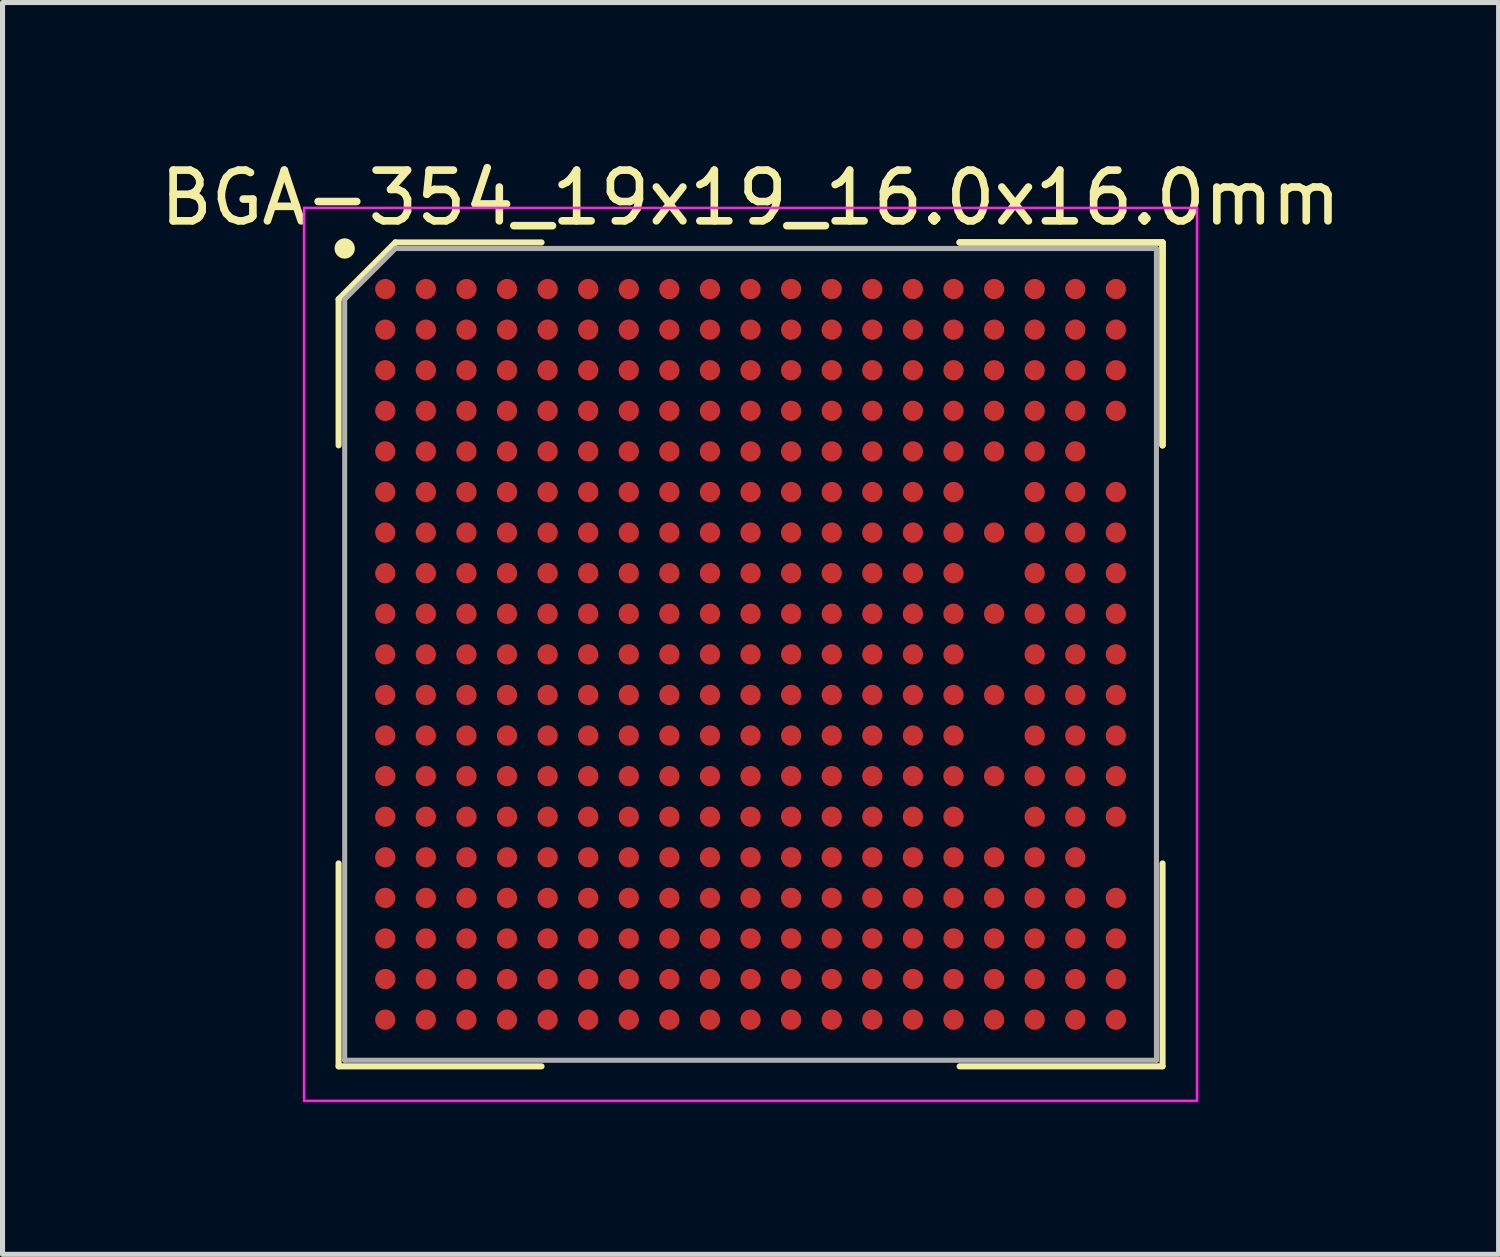
<source format=kicad_pcb>
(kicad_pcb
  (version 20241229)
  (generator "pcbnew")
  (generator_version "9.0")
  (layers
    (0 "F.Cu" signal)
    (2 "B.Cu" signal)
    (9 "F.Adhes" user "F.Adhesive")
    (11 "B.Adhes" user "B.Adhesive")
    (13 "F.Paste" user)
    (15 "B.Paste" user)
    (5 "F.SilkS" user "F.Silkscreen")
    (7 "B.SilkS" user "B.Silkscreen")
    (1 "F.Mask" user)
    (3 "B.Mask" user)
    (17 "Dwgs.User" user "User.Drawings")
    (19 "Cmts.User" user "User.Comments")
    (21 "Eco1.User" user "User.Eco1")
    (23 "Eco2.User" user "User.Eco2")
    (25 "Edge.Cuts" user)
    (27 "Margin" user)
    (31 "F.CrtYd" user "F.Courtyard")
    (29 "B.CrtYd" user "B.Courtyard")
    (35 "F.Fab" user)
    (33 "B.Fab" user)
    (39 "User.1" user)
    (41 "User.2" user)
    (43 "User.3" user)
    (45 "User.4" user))
  (footprint "BGA-354_19x19_16.0x16.0mm"
    (layer "F.Cu")
    (at 11.744 9.848)
    (property "Reference" "BGA-354_19x19_16.0x16.0mm" (at 0 -9 0) (layer "F.SilkS") (effects (font (size 1 1) (thickness 0.15))))
    (attr smd)
    (fp_line (start -8.12 -7) (end -8.12 -4.12) (stroke (width 0.12) (type solid)) (layer "F.SilkS"))
    (fp_line (start -8.12 8.12) (end -8.12 4.12) (stroke (width 0.12) (type solid)) (layer "F.SilkS"))
    (fp_line (start -7 -8.12) (end -8.12 -7) (stroke (width 0.12) (type solid)) (layer "F.SilkS"))
    (fp_line (start -4.12 -8.12) (end -7 -8.12) (stroke (width 0.12) (type solid)) (layer "F.SilkS"))
    (fp_line (start -4.12 8.12) (end -8.12 8.12) (stroke (width 0.12) (type solid)) (layer "F.SilkS"))
    (fp_line (start 4.12 -8.12) (end 8.12 -8.12) (stroke (width 0.12) (type solid)) (layer "F.SilkS"))
    (fp_line (start 4.12 -8.12) (end 8.12 -8.12) (stroke (width 0.12) (type solid)) (layer "F.SilkS"))
    (fp_line (start 4.12 -8.12) (end 8.12 -8.12) (stroke (width 0.12) (type solid)) (layer "F.SilkS"))
    (fp_line (start 4.12 8.12) (end 8.12 8.12) (stroke (width 0.12) (type solid)) (layer "F.SilkS"))
    (fp_line (start 8.12 -8.12) (end 8.12 -4.12) (stroke (width 0.12) (type solid)) (layer "F.SilkS"))
    (fp_line (start 8.12 -8.12) (end 8.12 -4.12) (stroke (width 0.12) (type solid)) (layer "F.SilkS"))
    (fp_line (start 8.12 -8.12) (end 8.12 -4.12) (stroke (width 0.12) (type solid)) (layer "F.SilkS"))
    (fp_line (start 8.12 8.12) (end 8.12 4.12) (stroke (width 0.12) (type solid)) (layer "F.SilkS"))
    (fp_circle (center -8 -8) (end -8 -7.9) (stroke (width 0.2) (type solid)) (fill no) (layer "F.SilkS"))
    (fp_line (start -8.8 -8.8) (end 8.8 -8.8) (stroke (width 0.05) (type solid)) (layer "F.CrtYd"))
    (fp_line (start -8.8 8.8) (end -8.8 -8.8) (stroke (width 0.05) (type solid)) (layer "F.CrtYd"))
    (fp_line (start 8.8 -8.8) (end 8.8 8.8) (stroke (width 0.05) (type solid)) (layer "F.CrtYd"))
    (fp_line (start 8.8 8.8) (end -8.8 8.8) (stroke (width 0.05) (type solid)) (layer "F.CrtYd"))
    (fp_line (start -8 -7) (end -8 8) (stroke (width 0.1) (type solid)) (layer "F.Fab"))
    (fp_line (start -8 8) (end 8 8) (stroke (width 0.1) (type solid)) (layer "F.Fab"))
    (fp_line (start -7 -8) (end -8 -7) (stroke (width 0.1) (type solid)) (layer "F.Fab"))
    (fp_line (start 8 -8) (end -7 -8) (stroke (width 0.1) (type solid)) (layer "F.Fab"))
    (fp_line (start 8 8) (end 8 -8) (stroke (width 0.1) (type solid)) (layer "F.Fab"))
    (pad "A1" smd circle (at -7.2 -7.2) (size 0.4 0.4) (layers "F.Cu" "F.Mask" "F.Paste"))
    (pad "A2" smd circle (at -6.4 -7.2) (size 0.4 0.4) (layers "F.Cu" "F.Mask" "F.Paste"))
    (pad "A3" smd circle (at -5.6 -7.2) (size 0.4 0.4) (layers "F.Cu" "F.Mask" "F.Paste"))
    (pad "A4" smd circle (at -4.8 -7.2) (size 0.4 0.4) (layers "F.Cu" "F.Mask" "F.Paste"))
    (pad "A5" smd circle (at -4 -7.2) (size 0.4 0.4) (layers "F.Cu" "F.Mask" "F.Paste"))
    (pad "A6" smd circle (at -3.2 -7.2) (size 0.4 0.4) (layers "F.Cu" "F.Mask" "F.Paste"))
    (pad "A7" smd circle (at -2.4 -7.2) (size 0.4 0.4) (layers "F.Cu" "F.Mask" "F.Paste"))
    (pad "A8" smd circle (at -1.6 -7.2) (size 0.4 0.4) (layers "F.Cu" "F.Mask" "F.Paste"))
    (pad "A9" smd circle (at -0.8 -7.2) (size 0.4 0.4) (layers "F.Cu" "F.Mask" "F.Paste"))
    (pad "A10" smd circle (at 0 -7.2) (size 0.4 0.4) (layers "F.Cu" "F.Mask" "F.Paste"))
    (pad "A11" smd circle (at 0.8 -7.2) (size 0.4 0.4) (layers "F.Cu" "F.Mask" "F.Paste"))
    (pad "A12" smd circle (at 1.6 -7.2) (size 0.4 0.4) (layers "F.Cu" "F.Mask" "F.Paste"))
    (pad "A13" smd circle (at 2.4 -7.2) (size 0.4 0.4) (layers "F.Cu" "F.Mask" "F.Paste"))
    (pad "A14" smd circle (at 3.2 -7.2) (size 0.4 0.4) (layers "F.Cu" "F.Mask" "F.Paste"))
    (pad "A15" smd circle (at 4 -7.2) (size 0.4 0.4) (layers "F.Cu" "F.Mask" "F.Paste"))
    (pad "A16" smd circle (at 4.8 -7.2) (size 0.4 0.4) (layers "F.Cu" "F.Mask" "F.Paste"))
    (pad "A17" smd circle (at 5.6 -7.2) (size 0.4 0.4) (layers "F.Cu" "F.Mask" "F.Paste"))
    (pad "A18" smd circle (at 6.4 -7.2) (size 0.4 0.4) (layers "F.Cu" "F.Mask" "F.Paste"))
    (pad "A19" smd circle (at 7.2 -7.2) (size 0.4 0.4) (layers "F.Cu" "F.Mask" "F.Paste"))
    (pad "B1" smd circle (at -7.2 -6.4) (size 0.4 0.4) (layers "F.Cu" "F.Mask" "F.Paste"))
    (pad "B2" smd circle (at -6.4 -6.4) (size 0.4 0.4) (layers "F.Cu" "F.Mask" "F.Paste"))
    (pad "B3" smd circle (at -5.6 -6.4) (size 0.4 0.4) (layers "F.Cu" "F.Mask" "F.Paste"))
    (pad "B4" smd circle (at -4.8 -6.4) (size 0.4 0.4) (layers "F.Cu" "F.Mask" "F.Paste"))
    (pad "B5" smd circle (at -4 -6.4) (size 0.4 0.4) (layers "F.Cu" "F.Mask" "F.Paste"))
    (pad "B6" smd circle (at -3.2 -6.4) (size 0.4 0.4) (layers "F.Cu" "F.Mask" "F.Paste"))
    (pad "B7" smd circle (at -2.4 -6.4) (size 0.4 0.4) (layers "F.Cu" "F.Mask" "F.Paste"))
    (pad "B8" smd circle (at -1.6 -6.4) (size 0.4 0.4) (layers "F.Cu" "F.Mask" "F.Paste"))
    (pad "B9" smd circle (at -0.8 -6.4) (size 0.4 0.4) (layers "F.Cu" "F.Mask" "F.Paste"))
    (pad "B10" smd circle (at 0 -6.4) (size 0.4 0.4) (layers "F.Cu" "F.Mask" "F.Paste"))
    (pad "B11" smd circle (at 0.8 -6.4) (size 0.4 0.4) (layers "F.Cu" "F.Mask" "F.Paste"))
    (pad "B12" smd circle (at 1.6 -6.4) (size 0.4 0.4) (layers "F.Cu" "F.Mask" "F.Paste"))
    (pad "B13" smd circle (at 2.4 -6.4) (size 0.4 0.4) (layers "F.Cu" "F.Mask" "F.Paste"))
    (pad "B14" smd circle (at 3.2 -6.4) (size 0.4 0.4) (layers "F.Cu" "F.Mask" "F.Paste"))
    (pad "B15" smd circle (at 4 -6.4) (size 0.4 0.4) (layers "F.Cu" "F.Mask" "F.Paste"))
    (pad "B16" smd circle (at 4.8 -6.4) (size 0.4 0.4) (layers "F.Cu" "F.Mask" "F.Paste"))
    (pad "B17" smd circle (at 5.6 -6.4) (size 0.4 0.4) (layers "F.Cu" "F.Mask" "F.Paste"))
    (pad "B18" smd circle (at 6.4 -6.4) (size 0.4 0.4) (layers "F.Cu" "F.Mask" "F.Paste"))
    (pad "B19" smd circle (at 7.2 -6.4) (size 0.4 0.4) (layers "F.Cu" "F.Mask" "F.Paste"))
    (pad "C1" smd circle (at -7.2 -5.6) (size 0.4 0.4) (layers "F.Cu" "F.Mask" "F.Paste"))
    (pad "C2" smd circle (at -6.4 -5.6) (size 0.4 0.4) (layers "F.Cu" "F.Mask" "F.Paste"))
    (pad "C3" smd circle (at -5.6 -5.6) (size 0.4 0.4) (layers "F.Cu" "F.Mask" "F.Paste"))
    (pad "C4" smd circle (at -4.8 -5.6) (size 0.4 0.4) (layers "F.Cu" "F.Mask" "F.Paste"))
    (pad "C5" smd circle (at -4 -5.6) (size 0.4 0.4) (layers "F.Cu" "F.Mask" "F.Paste"))
    (pad "C6" smd circle (at -3.2 -5.6) (size 0.4 0.4) (layers "F.Cu" "F.Mask" "F.Paste"))
    (pad "C7" smd circle (at -2.4 -5.6) (size 0.4 0.4) (layers "F.Cu" "F.Mask" "F.Paste"))
    (pad "C8" smd circle (at -1.6 -5.6) (size 0.4 0.4) (layers "F.Cu" "F.Mask" "F.Paste"))
    (pad "C9" smd circle (at -0.8 -5.6) (size 0.4 0.4) (layers "F.Cu" "F.Mask" "F.Paste"))
    (pad "C10" smd circle (at 0 -5.6) (size 0.4 0.4) (layers "F.Cu" "F.Mask" "F.Paste"))
    (pad "C11" smd circle (at 0.8 -5.6) (size 0.4 0.4) (layers "F.Cu" "F.Mask" "F.Paste"))
    (pad "C12" smd circle (at 1.6 -5.6) (size 0.4 0.4) (layers "F.Cu" "F.Mask" "F.Paste"))
    (pad "C13" smd circle (at 2.4 -5.6) (size 0.4 0.4) (layers "F.Cu" "F.Mask" "F.Paste"))
    (pad "C14" smd circle (at 3.2 -5.6) (size 0.4 0.4) (layers "F.Cu" "F.Mask" "F.Paste"))
    (pad "C15" smd circle (at 4 -5.6) (size 0.4 0.4) (layers "F.Cu" "F.Mask" "F.Paste"))
    (pad "C16" smd circle (at 4.8 -5.6) (size 0.4 0.4) (layers "F.Cu" "F.Mask" "F.Paste"))
    (pad "C17" smd circle (at 5.6 -5.6) (size 0.4 0.4) (layers "F.Cu" "F.Mask" "F.Paste"))
    (pad "C18" smd circle (at 6.4 -5.6) (size 0.4 0.4) (layers "F.Cu" "F.Mask" "F.Paste"))
    (pad "C19" smd circle (at 7.2 -5.6) (size 0.4 0.4) (layers "F.Cu" "F.Mask" "F.Paste"))
    (pad "D1" smd circle (at -7.2 -4.8) (size 0.4 0.4) (layers "F.Cu" "F.Mask" "F.Paste"))
    (pad "D2" smd circle (at -6.4 -4.8) (size 0.4 0.4) (layers "F.Cu" "F.Mask" "F.Paste"))
    (pad "D3" smd circle (at -5.6 -4.8) (size 0.4 0.4) (layers "F.Cu" "F.Mask" "F.Paste"))
    (pad "D4" smd circle (at -4.8 -4.8) (size 0.4 0.4) (layers "F.Cu" "F.Mask" "F.Paste"))
    (pad "D5" smd circle (at -4 -4.8) (size 0.4 0.4) (layers "F.Cu" "F.Mask" "F.Paste"))
    (pad "D6" smd circle (at -3.2 -4.8) (size 0.4 0.4) (layers "F.Cu" "F.Mask" "F.Paste"))
    (pad "D7" smd circle (at -2.4 -4.8) (size 0.4 0.4) (layers "F.Cu" "F.Mask" "F.Paste"))
    (pad "D8" smd circle (at -1.6 -4.8) (size 0.4 0.4) (layers "F.Cu" "F.Mask" "F.Paste"))
    (pad "D9" smd circle (at -0.8 -4.8) (size 0.4 0.4) (layers "F.Cu" "F.Mask" "F.Paste"))
    (pad "D10" smd circle (at 0 -4.8) (size 0.4 0.4) (layers "F.Cu" "F.Mask" "F.Paste"))
    (pad "D11" smd circle (at 0.8 -4.8) (size 0.4 0.4) (layers "F.Cu" "F.Mask" "F.Paste"))
    (pad "D12" smd circle (at 1.6 -4.8) (size 0.4 0.4) (layers "F.Cu" "F.Mask" "F.Paste"))
    (pad "D13" smd circle (at 2.4 -4.8) (size 0.4 0.4) (layers "F.Cu" "F.Mask" "F.Paste"))
    (pad "D14" smd circle (at 3.2 -4.8) (size 0.4 0.4) (layers "F.Cu" "F.Mask" "F.Paste"))
    (pad "D15" smd circle (at 4 -4.8) (size 0.4 0.4) (layers "F.Cu" "F.Mask" "F.Paste"))
    (pad "D16" smd circle (at 4.8 -4.8) (size 0.4 0.4) (layers "F.Cu" "F.Mask" "F.Paste"))
    (pad "D17" smd circle (at 5.6 -4.8) (size 0.4 0.4) (layers "F.Cu" "F.Mask" "F.Paste"))
    (pad "D18" smd circle (at 6.4 -4.8) (size 0.4 0.4) (layers "F.Cu" "F.Mask" "F.Paste"))
    (pad "D19" smd circle (at 7.2 -4.8) (size 0.4 0.4) (layers "F.Cu" "F.Mask" "F.Paste"))
    (pad "E1" smd circle (at -7.2 -4) (size 0.4 0.4) (layers "F.Cu" "F.Mask" "F.Paste"))
    (pad "E2" smd circle (at -6.4 -4) (size 0.4 0.4) (layers "F.Cu" "F.Mask" "F.Paste"))
    (pad "E3" smd circle (at -5.6 -4) (size 0.4 0.4) (layers "F.Cu" "F.Mask" "F.Paste"))
    (pad "E4" smd circle (at -4.8 -4) (size 0.4 0.4) (layers "F.Cu" "F.Mask" "F.Paste"))
    (pad "E5" smd circle (at -4 -4) (size 0.4 0.4) (layers "F.Cu" "F.Mask" "F.Paste"))
    (pad "E6" smd circle (at -3.2 -4) (size 0.4 0.4) (layers "F.Cu" "F.Mask" "F.Paste"))
    (pad "E7" smd circle (at -2.4 -4) (size 0.4 0.4) (layers "F.Cu" "F.Mask" "F.Paste"))
    (pad "E8" smd circle (at -1.6 -4) (size 0.4 0.4) (layers "F.Cu" "F.Mask" "F.Paste"))
    (pad "E9" smd circle (at -0.8 -4) (size 0.4 0.4) (layers "F.Cu" "F.Mask" "F.Paste"))
    (pad "E10" smd circle (at 0 -4) (size 0.4 0.4) (layers "F.Cu" "F.Mask" "F.Paste"))
    (pad "E11" smd circle (at 0.8 -4) (size 0.4 0.4) (layers "F.Cu" "F.Mask" "F.Paste"))
    (pad "E12" smd circle (at 1.6 -4) (size 0.4 0.4) (layers "F.Cu" "F.Mask" "F.Paste"))
    (pad "E13" smd circle (at 2.4 -4) (size 0.4 0.4) (layers "F.Cu" "F.Mask" "F.Paste"))
    (pad "E14" smd circle (at 3.2 -4) (size 0.4 0.4) (layers "F.Cu" "F.Mask" "F.Paste"))
    (pad "E15" smd circle (at 4 -4) (size 0.4 0.4) (layers "F.Cu" "F.Mask" "F.Paste"))
    (pad "E16" smd circle (at 4.8 -4) (size 0.4 0.4) (layers "F.Cu" "F.Mask" "F.Paste"))
    (pad "E17" smd circle (at 5.6 -4) (size 0.4 0.4) (layers "F.Cu" "F.Mask" "F.Paste"))
    (pad "E18" smd circle (at 6.4 -4) (size 0.4 0.4) (layers "F.Cu" "F.Mask" "F.Paste"))
    (pad "F1" smd circle (at -7.2 -3.2) (size 0.4 0.4) (layers "F.Cu" "F.Mask" "F.Paste"))
    (pad "F2" smd circle (at -6.4 -3.2) (size 0.4 0.4) (layers "F.Cu" "F.Mask" "F.Paste"))
    (pad "F3" smd circle (at -5.6 -3.2) (size 0.4 0.4) (layers "F.Cu" "F.Mask" "F.Paste"))
    (pad "F4" smd circle (at -4.8 -3.2) (size 0.4 0.4) (layers "F.Cu" "F.Mask" "F.Paste"))
    (pad "F5" smd circle (at -4 -3.2) (size 0.4 0.4) (layers "F.Cu" "F.Mask" "F.Paste"))
    (pad "F6" smd circle (at -3.2 -3.2) (size 0.4 0.4) (layers "F.Cu" "F.Mask" "F.Paste"))
    (pad "F7" smd circle (at -2.4 -3.2) (size 0.4 0.4) (layers "F.Cu" "F.Mask" "F.Paste"))
    (pad "F8" smd circle (at -1.6 -3.2) (size 0.4 0.4) (layers "F.Cu" "F.Mask" "F.Paste"))
    (pad "F9" smd circle (at -0.8 -3.2) (size 0.4 0.4) (layers "F.Cu" "F.Mask" "F.Paste"))
    (pad "F10" smd circle (at 0 -3.2) (size 0.4 0.4) (layers "F.Cu" "F.Mask" "F.Paste"))
    (pad "F11" smd circle (at 0.8 -3.2) (size 0.4 0.4) (layers "F.Cu" "F.Mask" "F.Paste"))
    (pad "F12" smd circle (at 1.6 -3.2) (size 0.4 0.4) (layers "F.Cu" "F.Mask" "F.Paste"))
    (pad "F13" smd circle (at 2.4 -3.2) (size 0.4 0.4) (layers "F.Cu" "F.Mask" "F.Paste"))
    (pad "F14" smd circle (at 3.2 -3.2) (size 0.4 0.4) (layers "F.Cu" "F.Mask" "F.Paste"))
    (pad "F15" smd circle (at 4 -3.2) (size 0.4 0.4) (layers "F.Cu" "F.Mask" "F.Paste"))
    (pad "F17" smd circle (at 5.6 -3.2) (size 0.4 0.4) (layers "F.Cu" "F.Mask" "F.Paste"))
    (pad "F18" smd circle (at 6.4 -3.2) (size 0.4 0.4) (layers "F.Cu" "F.Mask" "F.Paste"))
    (pad "F19" smd circle (at 7.2 -3.2) (size 0.4 0.4) (layers "F.Cu" "F.Mask" "F.Paste"))
    (pad "G1" smd circle (at -7.2 -2.4) (size 0.4 0.4) (layers "F.Cu" "F.Mask" "F.Paste"))
    (pad "G2" smd circle (at -6.4 -2.4) (size 0.4 0.4) (layers "F.Cu" "F.Mask" "F.Paste"))
    (pad "G3" smd circle (at -5.6 -2.4) (size 0.4 0.4) (layers "F.Cu" "F.Mask" "F.Paste"))
    (pad "G4" smd circle (at -4.8 -2.4) (size 0.4 0.4) (layers "F.Cu" "F.Mask" "F.Paste"))
    (pad "G5" smd circle (at -4 -2.4) (size 0.4 0.4) (layers "F.Cu" "F.Mask" "F.Paste"))
    (pad "G6" smd circle (at -3.2 -2.4) (size 0.4 0.4) (layers "F.Cu" "F.Mask" "F.Paste"))
    (pad "G7" smd circle (at -2.4 -2.4) (size 0.4 0.4) (layers "F.Cu" "F.Mask" "F.Paste"))
    (pad "G8" smd circle (at -1.6 -2.4) (size 0.4 0.4) (layers "F.Cu" "F.Mask" "F.Paste"))
    (pad "G9" smd circle (at -0.8 -2.4) (size 0.4 0.4) (layers "F.Cu" "F.Mask" "F.Paste"))
    (pad "G10" smd circle (at 0 -2.4) (size 0.4 0.4) (layers "F.Cu" "F.Mask" "F.Paste"))
    (pad "G11" smd circle (at 0.8 -2.4) (size 0.4 0.4) (layers "F.Cu" "F.Mask" "F.Paste"))
    (pad "G12" smd circle (at 1.6 -2.4) (size 0.4 0.4) (layers "F.Cu" "F.Mask" "F.Paste"))
    (pad "G13" smd circle (at 2.4 -2.4) (size 0.4 0.4) (layers "F.Cu" "F.Mask" "F.Paste"))
    (pad "G14" smd circle (at 3.2 -2.4) (size 0.4 0.4) (layers "F.Cu" "F.Mask" "F.Paste"))
    (pad "G15" smd circle (at 4 -2.4) (size 0.4 0.4) (layers "F.Cu" "F.Mask" "F.Paste"))
    (pad "G16" smd circle (at 4.8 -2.4) (size 0.4 0.4) (layers "F.Cu" "F.Mask" "F.Paste"))
    (pad "G17" smd circle (at 5.6 -2.4) (size 0.4 0.4) (layers "F.Cu" "F.Mask" "F.Paste"))
    (pad "G18" smd circle (at 6.4 -2.4) (size 0.4 0.4) (layers "F.Cu" "F.Mask" "F.Paste"))
    (pad "G19" smd circle (at 7.2 -2.4) (size 0.4 0.4) (layers "F.Cu" "F.Mask" "F.Paste"))
    (pad "H1" smd circle (at -7.2 -1.6) (size 0.4 0.4) (layers "F.Cu" "F.Mask" "F.Paste"))
    (pad "H2" smd circle (at -6.4 -1.6) (size 0.4 0.4) (layers "F.Cu" "F.Mask" "F.Paste"))
    (pad "H3" smd circle (at -5.6 -1.6) (size 0.4 0.4) (layers "F.Cu" "F.Mask" "F.Paste"))
    (pad "H4" smd circle (at -4.8 -1.6) (size 0.4 0.4) (layers "F.Cu" "F.Mask" "F.Paste"))
    (pad "H5" smd circle (at -4 -1.6) (size 0.4 0.4) (layers "F.Cu" "F.Mask" "F.Paste"))
    (pad "H6" smd circle (at -3.2 -1.6) (size 0.4 0.4) (layers "F.Cu" "F.Mask" "F.Paste"))
    (pad "H7" smd circle (at -2.4 -1.6) (size 0.4 0.4) (layers "F.Cu" "F.Mask" "F.Paste"))
    (pad "H8" smd circle (at -1.6 -1.6) (size 0.4 0.4) (layers "F.Cu" "F.Mask" "F.Paste"))
    (pad "H9" smd circle (at -0.8 -1.6) (size 0.4 0.4) (layers "F.Cu" "F.Mask" "F.Paste"))
    (pad "H10" smd circle (at 0 -1.6) (size 0.4 0.4) (layers "F.Cu" "F.Mask" "F.Paste"))
    (pad "H11" smd circle (at 0.8 -1.6) (size 0.4 0.4) (layers "F.Cu" "F.Mask" "F.Paste"))
    (pad "H12" smd circle (at 1.6 -1.6) (size 0.4 0.4) (layers "F.Cu" "F.Mask" "F.Paste"))
    (pad "H13" smd circle (at 2.4 -1.6) (size 0.4 0.4) (layers "F.Cu" "F.Mask" "F.Paste"))
    (pad "H14" smd circle (at 3.2 -1.6) (size 0.4 0.4) (layers "F.Cu" "F.Mask" "F.Paste"))
    (pad "H15" smd circle (at 4 -1.6) (size 0.4 0.4) (layers "F.Cu" "F.Mask" "F.Paste"))
    (pad "H17" smd circle (at 5.6 -1.6) (size 0.4 0.4) (layers "F.Cu" "F.Mask" "F.Paste"))
    (pad "H18" smd circle (at 6.4 -1.6) (size 0.4 0.4) (layers "F.Cu" "F.Mask" "F.Paste"))
    (pad "H19" smd circle (at 7.2 -1.6) (size 0.4 0.4) (layers "F.Cu" "F.Mask" "F.Paste"))
    (pad "J1" smd circle (at -7.2 -0.8) (size 0.4 0.4) (layers "F.Cu" "F.Mask" "F.Paste"))
    (pad "J2" smd circle (at -6.4 -0.8) (size 0.4 0.4) (layers "F.Cu" "F.Mask" "F.Paste"))
    (pad "J3" smd circle (at -5.6 -0.8) (size 0.4 0.4) (layers "F.Cu" "F.Mask" "F.Paste"))
    (pad "J4" smd circle (at -4.8 -0.8) (size 0.4 0.4) (layers "F.Cu" "F.Mask" "F.Paste"))
    (pad "J5" smd circle (at -4 -0.8) (size 0.4 0.4) (layers "F.Cu" "F.Mask" "F.Paste"))
    (pad "J6" smd circle (at -3.2 -0.8) (size 0.4 0.4) (layers "F.Cu" "F.Mask" "F.Paste"))
    (pad "J7" smd circle (at -2.4 -0.8) (size 0.4 0.4) (layers "F.Cu" "F.Mask" "F.Paste"))
    (pad "J8" smd circle (at -1.6 -0.8) (size 0.4 0.4) (layers "F.Cu" "F.Mask" "F.Paste"))
    (pad "J9" smd circle (at -0.8 -0.8) (size 0.4 0.4) (layers "F.Cu" "F.Mask" "F.Paste"))
    (pad "J10" smd circle (at 0 -0.8) (size 0.4 0.4) (layers "F.Cu" "F.Mask" "F.Paste"))
    (pad "J11" smd circle (at 0.8 -0.8) (size 0.4 0.4) (layers "F.Cu" "F.Mask" "F.Paste"))
    (pad "J12" smd circle (at 1.6 -0.8) (size 0.4 0.4) (layers "F.Cu" "F.Mask" "F.Paste"))
    (pad "J13" smd circle (at 2.4 -0.8) (size 0.4 0.4) (layers "F.Cu" "F.Mask" "F.Paste"))
    (pad "J14" smd circle (at 3.2 -0.8) (size 0.4 0.4) (layers "F.Cu" "F.Mask" "F.Paste"))
    (pad "J15" smd circle (at 4 -0.8) (size 0.4 0.4) (layers "F.Cu" "F.Mask" "F.Paste"))
    (pad "J16" smd circle (at 4.8 -0.8) (size 0.4 0.4) (layers "F.Cu" "F.Mask" "F.Paste"))
    (pad "J17" smd circle (at 5.6 -0.8) (size 0.4 0.4) (layers "F.Cu" "F.Mask" "F.Paste"))
    (pad "J18" smd circle (at 6.4 -0.8) (size 0.4 0.4) (layers "F.Cu" "F.Mask" "F.Paste"))
    (pad "J19" smd circle (at 7.2 -0.8) (size 0.4 0.4) (layers "F.Cu" "F.Mask" "F.Paste"))
    (pad "K1" smd circle (at -7.2 0) (size 0.4 0.4) (layers "F.Cu" "F.Mask" "F.Paste"))
    (pad "K2" smd circle (at -6.4 0) (size 0.4 0.4) (layers "F.Cu" "F.Mask" "F.Paste"))
    (pad "K3" smd circle (at -5.6 0) (size 0.4 0.4) (layers "F.Cu" "F.Mask" "F.Paste"))
    (pad "K4" smd circle (at -4.8 0) (size 0.4 0.4) (layers "F.Cu" "F.Mask" "F.Paste"))
    (pad "K5" smd circle (at -4 0) (size 0.4 0.4) (layers "F.Cu" "F.Mask" "F.Paste"))
    (pad "K6" smd circle (at -3.2 0) (size 0.4 0.4) (layers "F.Cu" "F.Mask" "F.Paste"))
    (pad "K7" smd circle (at -2.4 0) (size 0.4 0.4) (layers "F.Cu" "F.Mask" "F.Paste"))
    (pad "K8" smd circle (at -1.6 0) (size 0.4 0.4) (layers "F.Cu" "F.Mask" "F.Paste"))
    (pad "K9" smd circle (at -0.8 0) (size 0.4 0.4) (layers "F.Cu" "F.Mask" "F.Paste"))
    (pad "K10" smd circle (at 0 0) (size 0.4 0.4) (layers "F.Cu" "F.Mask" "F.Paste"))
    (pad "K11" smd circle (at 0.8 0) (size 0.4 0.4) (layers "F.Cu" "F.Mask" "F.Paste"))
    (pad "K12" smd circle (at 1.6 0) (size 0.4 0.4) (layers "F.Cu" "F.Mask" "F.Paste"))
    (pad "K13" smd circle (at 2.4 0) (size 0.4 0.4) (layers "F.Cu" "F.Mask" "F.Paste"))
    (pad "K14" smd circle (at 3.2 0) (size 0.4 0.4) (layers "F.Cu" "F.Mask" "F.Paste"))
    (pad "K15" smd circle (at 4 0) (size 0.4 0.4) (layers "F.Cu" "F.Mask" "F.Paste"))
    (pad "K17" smd circle (at 5.6 0) (size 0.4 0.4) (layers "F.Cu" "F.Mask" "F.Paste"))
    (pad "K18" smd circle (at 6.4 0) (size 0.4 0.4) (layers "F.Cu" "F.Mask" "F.Paste"))
    (pad "K19" smd circle (at 7.2 0) (size 0.4 0.4) (layers "F.Cu" "F.Mask" "F.Paste"))
    (pad "L1" smd circle (at -7.2 0.8) (size 0.4 0.4) (layers "F.Cu" "F.Mask" "F.Paste"))
    (pad "L2" smd circle (at -6.4 0.8) (size 0.4 0.4) (layers "F.Cu" "F.Mask" "F.Paste"))
    (pad "L3" smd circle (at -5.6 0.8) (size 0.4 0.4) (layers "F.Cu" "F.Mask" "F.Paste"))
    (pad "L4" smd circle (at -4.8 0.8) (size 0.4 0.4) (layers "F.Cu" "F.Mask" "F.Paste"))
    (pad "L5" smd circle (at -4 0.8) (size 0.4 0.4) (layers "F.Cu" "F.Mask" "F.Paste"))
    (pad "L6" smd circle (at -3.2 0.8) (size 0.4 0.4) (layers "F.Cu" "F.Mask" "F.Paste"))
    (pad "L7" smd circle (at -2.4 0.8) (size 0.4 0.4) (layers "F.Cu" "F.Mask" "F.Paste"))
    (pad "L8" smd circle (at -1.6 0.8) (size 0.4 0.4) (layers "F.Cu" "F.Mask" "F.Paste"))
    (pad "L9" smd circle (at -0.8 0.8) (size 0.4 0.4) (layers "F.Cu" "F.Mask" "F.Paste"))
    (pad "L10" smd circle (at 0 0.8) (size 0.4 0.4) (layers "F.Cu" "F.Mask" "F.Paste"))
    (pad "L11" smd circle (at 0.8 0.8) (size 0.4 0.4) (layers "F.Cu" "F.Mask" "F.Paste"))
    (pad "L12" smd circle (at 1.6 0.8) (size 0.4 0.4) (layers "F.Cu" "F.Mask" "F.Paste"))
    (pad "L13" smd circle (at 2.4 0.8) (size 0.4 0.4) (layers "F.Cu" "F.Mask" "F.Paste"))
    (pad "L14" smd circle (at 3.2 0.8) (size 0.4 0.4) (layers "F.Cu" "F.Mask" "F.Paste"))
    (pad "L15" smd circle (at 4 0.8) (size 0.4 0.4) (layers "F.Cu" "F.Mask" "F.Paste"))
    (pad "L16" smd circle (at 4.8 0.8) (size 0.4 0.4) (layers "F.Cu" "F.Mask" "F.Paste"))
    (pad "L17" smd circle (at 5.6 0.8) (size 0.4 0.4) (layers "F.Cu" "F.Mask" "F.Paste"))
    (pad "L18" smd circle (at 6.4 0.8) (size 0.4 0.4) (layers "F.Cu" "F.Mask" "F.Paste"))
    (pad "L19" smd circle (at 7.2 0.8) (size 0.4 0.4) (layers "F.Cu" "F.Mask" "F.Paste"))
    (pad "M1" smd circle (at -7.2 1.6) (size 0.4 0.4) (layers "F.Cu" "F.Mask" "F.Paste"))
    (pad "M2" smd circle (at -6.4 1.6) (size 0.4 0.4) (layers "F.Cu" "F.Mask" "F.Paste"))
    (pad "M3" smd circle (at -5.6 1.6) (size 0.4 0.4) (layers "F.Cu" "F.Mask" "F.Paste"))
    (pad "M4" smd circle (at -4.8 1.6) (size 0.4 0.4) (layers "F.Cu" "F.Mask" "F.Paste"))
    (pad "M5" smd circle (at -4 1.6) (size 0.4 0.4) (layers "F.Cu" "F.Mask" "F.Paste"))
    (pad "M6" smd circle (at -3.2 1.6) (size 0.4 0.4) (layers "F.Cu" "F.Mask" "F.Paste"))
    (pad "M7" smd circle (at -2.4 1.6) (size 0.4 0.4) (layers "F.Cu" "F.Mask" "F.Paste"))
    (pad "M8" smd circle (at -1.6 1.6) (size 0.4 0.4) (layers "F.Cu" "F.Mask" "F.Paste"))
    (pad "M9" smd circle (at -0.8 1.6) (size 0.4 0.4) (layers "F.Cu" "F.Mask" "F.Paste"))
    (pad "M10" smd circle (at 0 1.6) (size 0.4 0.4) (layers "F.Cu" "F.Mask" "F.Paste"))
    (pad "M11" smd circle (at 0.8 1.6) (size 0.4 0.4) (layers "F.Cu" "F.Mask" "F.Paste"))
    (pad "M12" smd circle (at 1.6 1.6) (size 0.4 0.4) (layers "F.Cu" "F.Mask" "F.Paste"))
    (pad "M13" smd circle (at 2.4 1.6) (size 0.4 0.4) (layers "F.Cu" "F.Mask" "F.Paste"))
    (pad "M14" smd circle (at 3.2 1.6) (size 0.4 0.4) (layers "F.Cu" "F.Mask" "F.Paste"))
    (pad "M15" smd circle (at 4 1.6) (size 0.4 0.4) (layers "F.Cu" "F.Mask" "F.Paste"))
    (pad "M17" smd circle (at 5.6 1.6) (size 0.4 0.4) (layers "F.Cu" "F.Mask" "F.Paste"))
    (pad "M18" smd circle (at 6.4 1.6) (size 0.4 0.4) (layers "F.Cu" "F.Mask" "F.Paste"))
    (pad "M19" smd circle (at 7.2 1.6) (size 0.4 0.4) (layers "F.Cu" "F.Mask" "F.Paste"))
    (pad "N1" smd circle (at -7.2 2.4) (size 0.4 0.4) (layers "F.Cu" "F.Mask" "F.Paste"))
    (pad "N2" smd circle (at -6.4 2.4) (size 0.4 0.4) (layers "F.Cu" "F.Mask" "F.Paste"))
    (pad "N3" smd circle (at -5.6 2.4) (size 0.4 0.4) (layers "F.Cu" "F.Mask" "F.Paste"))
    (pad "N4" smd circle (at -4.8 2.4) (size 0.4 0.4) (layers "F.Cu" "F.Mask" "F.Paste"))
    (pad "N5" smd circle (at -4 2.4) (size 0.4 0.4) (layers "F.Cu" "F.Mask" "F.Paste"))
    (pad "N6" smd circle (at -3.2 2.4) (size 0.4 0.4) (layers "F.Cu" "F.Mask" "F.Paste"))
    (pad "N7" smd circle (at -2.4 2.4) (size 0.4 0.4) (layers "F.Cu" "F.Mask" "F.Paste"))
    (pad "N8" smd circle (at -1.6 2.4) (size 0.4 0.4) (layers "F.Cu" "F.Mask" "F.Paste"))
    (pad "N9" smd circle (at -0.8 2.4) (size 0.4 0.4) (layers "F.Cu" "F.Mask" "F.Paste"))
    (pad "N10" smd circle (at 0 2.4) (size 0.4 0.4) (layers "F.Cu" "F.Mask" "F.Paste"))
    (pad "N11" smd circle (at 0.8 2.4) (size 0.4 0.4) (layers "F.Cu" "F.Mask" "F.Paste"))
    (pad "N12" smd circle (at 1.6 2.4) (size 0.4 0.4) (layers "F.Cu" "F.Mask" "F.Paste"))
    (pad "N13" smd circle (at 2.4 2.4) (size 0.4 0.4) (layers "F.Cu" "F.Mask" "F.Paste"))
    (pad "N14" smd circle (at 3.2 2.4) (size 0.4 0.4) (layers "F.Cu" "F.Mask" "F.Paste"))
    (pad "N15" smd circle (at 4 2.4) (size 0.4 0.4) (layers "F.Cu" "F.Mask" "F.Paste"))
    (pad "N16" smd circle (at 4.8 2.4) (size 0.4 0.4) (layers "F.Cu" "F.Mask" "F.Paste"))
    (pad "N17" smd circle (at 5.6 2.4) (size 0.4 0.4) (layers "F.Cu" "F.Mask" "F.Paste"))
    (pad "N18" smd circle (at 6.4 2.4) (size 0.4 0.4) (layers "F.Cu" "F.Mask" "F.Paste"))
    (pad "N19" smd circle (at 7.2 2.4) (size 0.4 0.4) (layers "F.Cu" "F.Mask" "F.Paste"))
    (pad "P1" smd circle (at -7.2 3.2) (size 0.4 0.4) (layers "F.Cu" "F.Mask" "F.Paste"))
    (pad "P2" smd circle (at -6.4 3.2) (size 0.4 0.4) (layers "F.Cu" "F.Mask" "F.Paste"))
    (pad "P3" smd circle (at -5.6 3.2) (size 0.4 0.4) (layers "F.Cu" "F.Mask" "F.Paste"))
    (pad "P4" smd circle (at -4.8 3.2) (size 0.4 0.4) (layers "F.Cu" "F.Mask" "F.Paste"))
    (pad "P5" smd circle (at -4 3.2) (size 0.4 0.4) (layers "F.Cu" "F.Mask" "F.Paste"))
    (pad "P6" smd circle (at -3.2 3.2) (size 0.4 0.4) (layers "F.Cu" "F.Mask" "F.Paste"))
    (pad "P7" smd circle (at -2.4 3.2) (size 0.4 0.4) (layers "F.Cu" "F.Mask" "F.Paste"))
    (pad "P8" smd circle (at -1.6 3.2) (size 0.4 0.4) (layers "F.Cu" "F.Mask" "F.Paste"))
    (pad "P9" smd circle (at -0.8 3.2) (size 0.4 0.4) (layers "F.Cu" "F.Mask" "F.Paste"))
    (pad "P10" smd circle (at 0 3.2) (size 0.4 0.4) (layers "F.Cu" "F.Mask" "F.Paste"))
    (pad "P11" smd circle (at 0.8 3.2) (size 0.4 0.4) (layers "F.Cu" "F.Mask" "F.Paste"))
    (pad "P12" smd circle (at 1.6 3.2) (size 0.4 0.4) (layers "F.Cu" "F.Mask" "F.Paste"))
    (pad "P13" smd circle (at 2.4 3.2) (size 0.4 0.4) (layers "F.Cu" "F.Mask" "F.Paste"))
    (pad "P14" smd circle (at 3.2 3.2) (size 0.4 0.4) (layers "F.Cu" "F.Mask" "F.Paste"))
    (pad "P15" smd circle (at 4 3.2) (size 0.4 0.4) (layers "F.Cu" "F.Mask" "F.Paste"))
    (pad "P17" smd circle (at 5.6 3.2) (size 0.4 0.4) (layers "F.Cu" "F.Mask" "F.Paste"))
    (pad "P18" smd circle (at 6.4 3.2) (size 0.4 0.4) (layers "F.Cu" "F.Mask" "F.Paste"))
    (pad "P19" smd circle (at 7.2 3.2) (size 0.4 0.4) (layers "F.Cu" "F.Mask" "F.Paste"))
    (pad "R1" smd circle (at -7.2 4) (size 0.4 0.4) (layers "F.Cu" "F.Mask" "F.Paste"))
    (pad "R2" smd circle (at -6.4 4) (size 0.4 0.4) (layers "F.Cu" "F.Mask" "F.Paste"))
    (pad "R3" smd circle (at -5.6 4) (size 0.4 0.4) (layers "F.Cu" "F.Mask" "F.Paste"))
    (pad "R4" smd circle (at -4.8 4) (size 0.4 0.4) (layers "F.Cu" "F.Mask" "F.Paste"))
    (pad "R5" smd circle (at -4 4) (size 0.4 0.4) (layers "F.Cu" "F.Mask" "F.Paste"))
    (pad "R6" smd circle (at -3.2 4) (size 0.4 0.4) (layers "F.Cu" "F.Mask" "F.Paste"))
    (pad "R7" smd circle (at -2.4 4) (size 0.4 0.4) (layers "F.Cu" "F.Mask" "F.Paste"))
    (pad "R8" smd circle (at -1.6 4) (size 0.4 0.4) (layers "F.Cu" "F.Mask" "F.Paste"))
    (pad "R9" smd circle (at -0.8 4) (size 0.4 0.4) (layers "F.Cu" "F.Mask" "F.Paste"))
    (pad "R10" smd circle (at 0 4) (size 0.4 0.4) (layers "F.Cu" "F.Mask" "F.Paste"))
    (pad "R11" smd circle (at 0.8 4) (size 0.4 0.4) (layers "F.Cu" "F.Mask" "F.Paste"))
    (pad "R12" smd circle (at 1.6 4) (size 0.4 0.4) (layers "F.Cu" "F.Mask" "F.Paste"))
    (pad "R13" smd circle (at 2.4 4) (size 0.4 0.4) (layers "F.Cu" "F.Mask" "F.Paste"))
    (pad "R14" smd circle (at 3.2 4) (size 0.4 0.4) (layers "F.Cu" "F.Mask" "F.Paste"))
    (pad "R15" smd circle (at 4 4) (size 0.4 0.4) (layers "F.Cu" "F.Mask" "F.Paste"))
    (pad "R16" smd circle (at 4.8 4) (size 0.4 0.4) (layers "F.Cu" "F.Mask" "F.Paste"))
    (pad "R17" smd circle (at 5.6 4) (size 0.4 0.4) (layers "F.Cu" "F.Mask" "F.Paste"))
    (pad "R18" smd circle (at 6.4 4) (size 0.4 0.4) (layers "F.Cu" "F.Mask" "F.Paste"))
    (pad "T1" smd circle (at -7.2 4.8) (size 0.4 0.4) (layers "F.Cu" "F.Mask" "F.Paste"))
    (pad "T2" smd circle (at -6.4 4.8) (size 0.4 0.4) (layers "F.Cu" "F.Mask" "F.Paste"))
    (pad "T3" smd circle (at -5.6 4.8) (size 0.4 0.4) (layers "F.Cu" "F.Mask" "F.Paste"))
    (pad "T4" smd circle (at -4.8 4.8) (size 0.4 0.4) (layers "F.Cu" "F.Mask" "F.Paste"))
    (pad "T5" smd circle (at -4 4.8) (size 0.4 0.4) (layers "F.Cu" "F.Mask" "F.Paste"))
    (pad "T6" smd circle (at -3.2 4.8) (size 0.4 0.4) (layers "F.Cu" "F.Mask" "F.Paste"))
    (pad "T7" smd circle (at -2.4 4.8) (size 0.4 0.4) (layers "F.Cu" "F.Mask" "F.Paste"))
    (pad "T8" smd circle (at -1.6 4.8) (size 0.4 0.4) (layers "F.Cu" "F.Mask" "F.Paste"))
    (pad "T9" smd circle (at -0.8 4.8) (size 0.4 0.4) (layers "F.Cu" "F.Mask" "F.Paste"))
    (pad "T10" smd circle (at 0 4.8) (size 0.4 0.4) (layers "F.Cu" "F.Mask" "F.Paste"))
    (pad "T11" smd circle (at 0.8 4.8) (size 0.4 0.4) (layers "F.Cu" "F.Mask" "F.Paste"))
    (pad "T12" smd circle (at 1.6 4.8) (size 0.4 0.4) (layers "F.Cu" "F.Mask" "F.Paste"))
    (pad "T13" smd circle (at 2.4 4.8) (size 0.4 0.4) (layers "F.Cu" "F.Mask" "F.Paste"))
    (pad "T14" smd circle (at 3.2 4.8) (size 0.4 0.4) (layers "F.Cu" "F.Mask" "F.Paste"))
    (pad "T15" smd circle (at 4 4.8) (size 0.4 0.4) (layers "F.Cu" "F.Mask" "F.Paste"))
    (pad "T16" smd circle (at 4.8 4.8) (size 0.4 0.4) (layers "F.Cu" "F.Mask" "F.Paste"))
    (pad "T17" smd circle (at 5.6 4.8) (size 0.4 0.4) (layers "F.Cu" "F.Mask" "F.Paste"))
    (pad "T18" smd circle (at 6.4 4.8) (size 0.4 0.4) (layers "F.Cu" "F.Mask" "F.Paste"))
    (pad "T19" smd circle (at 7.2 4.8) (size 0.4 0.4) (layers "F.Cu" "F.Mask" "F.Paste"))
    (pad "U1" smd circle (at -7.2 5.6) (size 0.4 0.4) (layers "F.Cu" "F.Mask" "F.Paste"))
    (pad "U2" smd circle (at -6.4 5.6) (size 0.4 0.4) (layers "F.Cu" "F.Mask" "F.Paste"))
    (pad "U3" smd circle (at -5.6 5.6) (size 0.4 0.4) (layers "F.Cu" "F.Mask" "F.Paste"))
    (pad "U4" smd circle (at -4.8 5.6) (size 0.4 0.4) (layers "F.Cu" "F.Mask" "F.Paste"))
    (pad "U5" smd circle (at -4 5.6) (size 0.4 0.4) (layers "F.Cu" "F.Mask" "F.Paste"))
    (pad "U6" smd circle (at -3.2 5.6) (size 0.4 0.4) (layers "F.Cu" "F.Mask" "F.Paste"))
    (pad "U7" smd circle (at -2.4 5.6) (size 0.4 0.4) (layers "F.Cu" "F.Mask" "F.Paste"))
    (pad "U8" smd circle (at -1.6 5.6) (size 0.4 0.4) (layers "F.Cu" "F.Mask" "F.Paste"))
    (pad "U9" smd circle (at -0.8 5.6) (size 0.4 0.4) (layers "F.Cu" "F.Mask" "F.Paste"))
    (pad "U10" smd circle (at 0 5.6) (size 0.4 0.4) (layers "F.Cu" "F.Mask" "F.Paste"))
    (pad "U11" smd circle (at 0.8 5.6) (size 0.4 0.4) (layers "F.Cu" "F.Mask" "F.Paste"))
    (pad "U12" smd circle (at 1.6 5.6) (size 0.4 0.4) (layers "F.Cu" "F.Mask" "F.Paste"))
    (pad "U13" smd circle (at 2.4 5.6) (size 0.4 0.4) (layers "F.Cu" "F.Mask" "F.Paste"))
    (pad "U14" smd circle (at 3.2 5.6) (size 0.4 0.4) (layers "F.Cu" "F.Mask" "F.Paste"))
    (pad "U15" smd circle (at 4 5.6) (size 0.4 0.4) (layers "F.Cu" "F.Mask" "F.Paste"))
    (pad "U16" smd circle (at 4.8 5.6) (size 0.4 0.4) (layers "F.Cu" "F.Mask" "F.Paste"))
    (pad "U17" smd circle (at 5.6 5.6) (size 0.4 0.4) (layers "F.Cu" "F.Mask" "F.Paste"))
    (pad "U18" smd circle (at 6.4 5.6) (size 0.4 0.4) (layers "F.Cu" "F.Mask" "F.Paste"))
    (pad "U19" smd circle (at 7.2 5.6) (size 0.4 0.4) (layers "F.Cu" "F.Mask" "F.Paste"))
    (pad "V1" smd circle (at -7.2 6.4) (size 0.4 0.4) (layers "F.Cu" "F.Mask" "F.Paste"))
    (pad "V2" smd circle (at -6.4 6.4) (size 0.4 0.4) (layers "F.Cu" "F.Mask" "F.Paste"))
    (pad "V3" smd circle (at -5.6 6.4) (size 0.4 0.4) (layers "F.Cu" "F.Mask" "F.Paste"))
    (pad "V4" smd circle (at -4.8 6.4) (size 0.4 0.4) (layers "F.Cu" "F.Mask" "F.Paste"))
    (pad "V5" smd circle (at -4 6.4) (size 0.4 0.4) (layers "F.Cu" "F.Mask" "F.Paste"))
    (pad "V6" smd circle (at -3.2 6.4) (size 0.4 0.4) (layers "F.Cu" "F.Mask" "F.Paste"))
    (pad "V7" smd circle (at -2.4 6.4) (size 0.4 0.4) (layers "F.Cu" "F.Mask" "F.Paste"))
    (pad "V8" smd circle (at -1.6 6.4) (size 0.4 0.4) (layers "F.Cu" "F.Mask" "F.Paste"))
    (pad "V9" smd circle (at -0.8 6.4) (size 0.4 0.4) (layers "F.Cu" "F.Mask" "F.Paste"))
    (pad "V10" smd circle (at 0 6.4) (size 0.4 0.4) (layers "F.Cu" "F.Mask" "F.Paste"))
    (pad "V11" smd circle (at 0.8 6.4) (size 0.4 0.4) (layers "F.Cu" "F.Mask" "F.Paste"))
    (pad "V12" smd circle (at 1.6 6.4) (size 0.4 0.4) (layers "F.Cu" "F.Mask" "F.Paste"))
    (pad "V13" smd circle (at 2.4 6.4) (size 0.4 0.4) (layers "F.Cu" "F.Mask" "F.Paste"))
    (pad "V14" smd circle (at 3.2 6.4) (size 0.4 0.4) (layers "F.Cu" "F.Mask" "F.Paste"))
    (pad "V15" smd circle (at 4 6.4) (size 0.4 0.4) (layers "F.Cu" "F.Mask" "F.Paste"))
    (pad "V16" smd circle (at 4.8 6.4) (size 0.4 0.4) (layers "F.Cu" "F.Mask" "F.Paste"))
    (pad "V17" smd circle (at 5.6 6.4) (size 0.4 0.4) (layers "F.Cu" "F.Mask" "F.Paste"))
    (pad "V18" smd circle (at 6.4 6.4) (size 0.4 0.4) (layers "F.Cu" "F.Mask" "F.Paste"))
    (pad "V19" smd circle (at 7.2 6.4) (size 0.4 0.4) (layers "F.Cu" "F.Mask" "F.Paste"))
    (pad "W1" smd circle (at -7.2 7.2) (size 0.4 0.4) (layers "F.Cu" "F.Mask" "F.Paste"))
    (pad "W2" smd circle (at -6.4 7.2) (size 0.4 0.4) (layers "F.Cu" "F.Mask" "F.Paste"))
    (pad "W3" smd circle (at -5.6 7.2) (size 0.4 0.4) (layers "F.Cu" "F.Mask" "F.Paste"))
    (pad "W4" smd circle (at -4.8 7.2) (size 0.4 0.4) (layers "F.Cu" "F.Mask" "F.Paste"))
    (pad "W5" smd circle (at -4 7.2) (size 0.4 0.4) (layers "F.Cu" "F.Mask" "F.Paste"))
    (pad "W6" smd circle (at -3.2 7.2) (size 0.4 0.4) (layers "F.Cu" "F.Mask" "F.Paste"))
    (pad "W7" smd circle (at -2.4 7.2) (size 0.4 0.4) (layers "F.Cu" "F.Mask" "F.Paste"))
    (pad "W8" smd circle (at -1.6 7.2) (size 0.4 0.4) (layers "F.Cu" "F.Mask" "F.Paste"))
    (pad "W9" smd circle (at -0.8 7.2) (size 0.4 0.4) (layers "F.Cu" "F.Mask" "F.Paste"))
    (pad "W10" smd circle (at 0 7.2) (size 0.4 0.4) (layers "F.Cu" "F.Mask" "F.Paste"))
    (pad "W11" smd circle (at 0.8 7.2) (size 0.4 0.4) (layers "F.Cu" "F.Mask" "F.Paste"))
    (pad "W12" smd circle (at 1.6 7.2) (size 0.4 0.4) (layers "F.Cu" "F.Mask" "F.Paste"))
    (pad "W13" smd circle (at 2.4 7.2) (size 0.4 0.4) (layers "F.Cu" "F.Mask" "F.Paste"))
    (pad "W14" smd circle (at 3.2 7.2) (size 0.4 0.4) (layers "F.Cu" "F.Mask" "F.Paste"))
    (pad "W15" smd circle (at 4 7.2) (size 0.4 0.4) (layers "F.Cu" "F.Mask" "F.Paste"))
    (pad "W16" smd circle (at 4.8 7.2) (size 0.4 0.4) (layers "F.Cu" "F.Mask" "F.Paste"))
    (pad "W17" smd circle (at 5.6 7.2) (size 0.4 0.4) (layers "F.Cu" "F.Mask" "F.Paste"))
    (pad "W18" smd circle (at 6.4 7.2) (size 0.4 0.4) (layers "F.Cu" "F.Mask" "F.Paste"))
    (pad "W19" smd circle (at 7.2 7.2) (size 0.4 0.4) (layers "F.Cu" "F.Mask" "F.Paste")))
  (gr_rect
    (start -3 -3)
    (end 26.488 21.673)
    (stroke (width 0.1) (type default))
    (fill no)
    (layer "Edge.Cuts")))
</source>
